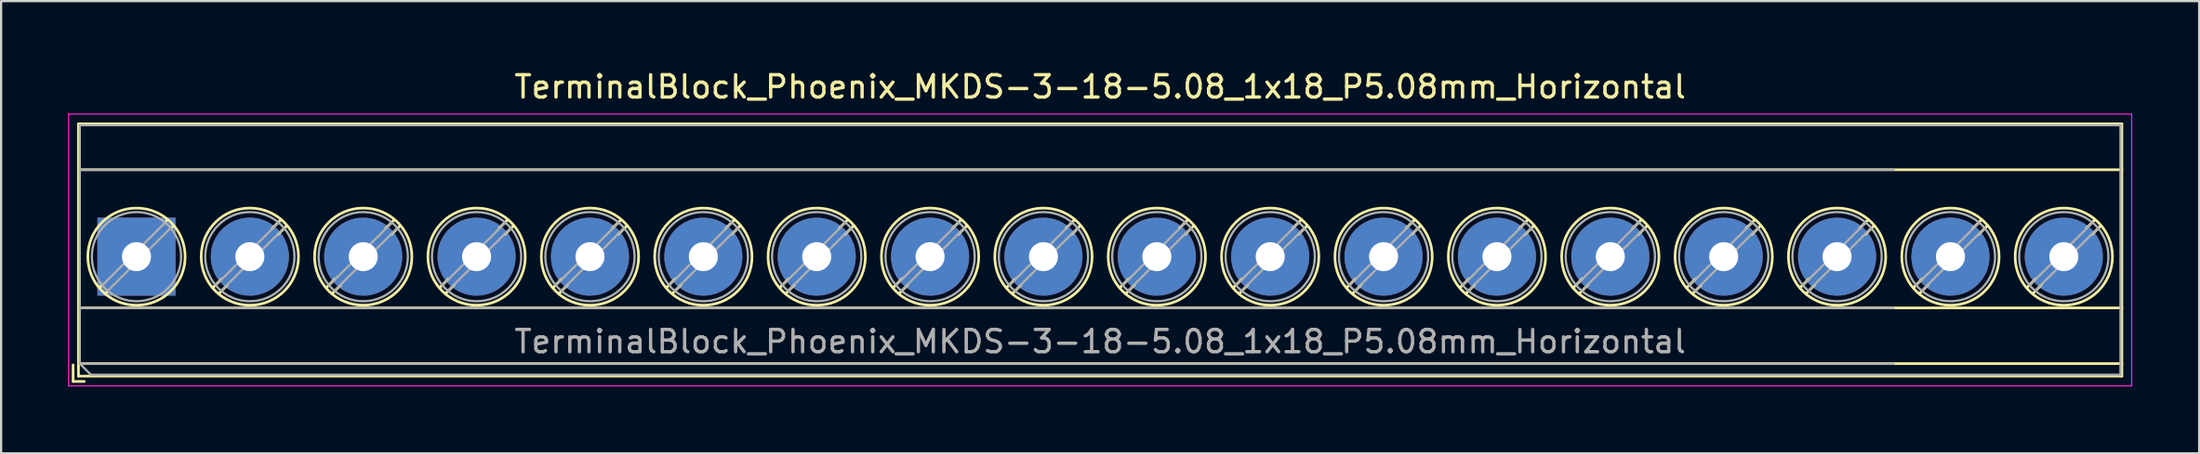
<source format=kicad_pcb>
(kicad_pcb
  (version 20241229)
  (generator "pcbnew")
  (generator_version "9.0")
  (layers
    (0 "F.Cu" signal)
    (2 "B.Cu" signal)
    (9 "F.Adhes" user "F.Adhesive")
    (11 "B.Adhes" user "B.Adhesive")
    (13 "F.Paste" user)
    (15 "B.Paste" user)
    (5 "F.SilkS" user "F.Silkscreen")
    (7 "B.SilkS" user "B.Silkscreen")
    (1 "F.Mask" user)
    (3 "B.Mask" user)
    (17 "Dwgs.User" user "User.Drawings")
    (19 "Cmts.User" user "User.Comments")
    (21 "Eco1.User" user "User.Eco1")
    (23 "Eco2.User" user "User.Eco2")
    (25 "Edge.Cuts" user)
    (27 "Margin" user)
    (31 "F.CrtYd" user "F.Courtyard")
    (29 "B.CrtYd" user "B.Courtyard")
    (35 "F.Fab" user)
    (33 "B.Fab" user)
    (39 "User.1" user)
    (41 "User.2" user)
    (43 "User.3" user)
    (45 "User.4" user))
  (footprint "TerminalBlock_Phoenix_MKDS-3-18-5.08_1x18_P5.08mm_Horizontal"
    (layer "F.Cu")
    (at 3.065 8.468)
    (property "Reference" "TerminalBlock_Phoenix_MKDS-3-18-5.08_1x18_P5.08mm_Horizontal" (at 43.18 -7.62 0) (layer "F.SilkS") (effects (font (size 1 1) (thickness 0.15))))
    (attr through_hole)
    (fp_line (start -2.84 4.86) (end -2.84 5.6) (stroke (width 0.12) (type solid)) (layer "F.SilkS"))
    (fp_line (start -2.84 5.6) (end -2.34 5.6) (stroke (width 0.12) (type solid)) (layer "F.SilkS"))
    (fp_line (start -2.6 -5.96) (end -2.6 5.36) (stroke (width 0.12) (type solid)) (layer "F.SilkS"))
    (fp_line (start -2.6 -5.96) (end 88.96 -5.96) (stroke (width 0.12) (type solid)) (layer "F.SilkS"))
    (fp_line (start -2.6 -3.9) (end 88.96 -3.9) (stroke (width 0.12) (type solid)) (layer "F.SilkS"))
    (fp_line (start -2.6 2.3) (end 88.96 2.3) (stroke (width 0.12) (type solid)) (layer "F.SilkS"))
    (fp_line (start -2.6 4.8) (end 88.96 4.8) (stroke (width 0.12) (type solid)) (layer "F.SilkS"))
    (fp_line (start -2.6 5.36) (end 88.96 5.36) (stroke (width 0.12) (type solid)) (layer "F.SilkS"))
    (fp_line (start -1.548 1.281) (end -1.654 1.388) (stroke (width 0.12) (type solid)) (layer "F.SilkS"))
    (fp_line (start -1.282 1.547) (end -1.388 1.654) (stroke (width 0.12) (type solid)) (layer "F.SilkS"))
    (fp_line (start 1.388 -1.654) (end 1.281 -1.547) (stroke (width 0.12) (type solid)) (layer "F.SilkS"))
    (fp_line (start 1.654 -1.388) (end 1.547 -1.281) (stroke (width 0.12) (type solid)) (layer "F.SilkS"))
    (fp_line (start 3.822 0.992) (end 3.427 1.388) (stroke (width 0.12) (type solid)) (layer "F.SilkS"))
    (fp_line (start 4.073 1.274) (end 3.693 1.654) (stroke (width 0.12) (type solid)) (layer "F.SilkS"))
    (fp_line (start 6.468 -1.654) (end 6.088 -1.274) (stroke (width 0.12) (type solid)) (layer "F.SilkS"))
    (fp_line (start 6.734 -1.388) (end 6.339 -0.992) (stroke (width 0.12) (type solid)) (layer "F.SilkS"))
    (fp_line (start 8.902 0.992) (end 8.507 1.388) (stroke (width 0.12) (type solid)) (layer "F.SilkS"))
    (fp_line (start 9.153 1.274) (end 8.773 1.654) (stroke (width 0.12) (type solid)) (layer "F.SilkS"))
    (fp_line (start 11.548 -1.654) (end 11.168 -1.274) (stroke (width 0.12) (type solid)) (layer "F.SilkS"))
    (fp_line (start 11.814 -1.388) (end 11.419 -0.992) (stroke (width 0.12) (type solid)) (layer "F.SilkS"))
    (fp_line (start 13.982 0.992) (end 13.587 1.388) (stroke (width 0.12) (type solid)) (layer "F.SilkS"))
    (fp_line (start 14.233 1.274) (end 13.853 1.654) (stroke (width 0.12) (type solid)) (layer "F.SilkS"))
    (fp_line (start 16.628 -1.654) (end 16.248 -1.274) (stroke (width 0.12) (type solid)) (layer "F.SilkS"))
    (fp_line (start 16.894 -1.388) (end 16.499 -0.992) (stroke (width 0.12) (type solid)) (layer "F.SilkS"))
    (fp_line (start 19.062 0.992) (end 18.667 1.388) (stroke (width 0.12) (type solid)) (layer "F.SilkS"))
    (fp_line (start 19.313 1.274) (end 18.933 1.654) (stroke (width 0.12) (type solid)) (layer "F.SilkS"))
    (fp_line (start 21.708 -1.654) (end 21.328 -1.274) (stroke (width 0.12) (type solid)) (layer "F.SilkS"))
    (fp_line (start 21.974 -1.388) (end 21.579 -0.992) (stroke (width 0.12) (type solid)) (layer "F.SilkS"))
    (fp_line (start 24.142 0.992) (end 23.747 1.388) (stroke (width 0.12) (type solid)) (layer "F.SilkS"))
    (fp_line (start 24.393 1.274) (end 24.013 1.654) (stroke (width 0.12) (type solid)) (layer "F.SilkS"))
    (fp_line (start 26.788 -1.654) (end 26.408 -1.274) (stroke (width 0.12) (type solid)) (layer "F.SilkS"))
    (fp_line (start 27.054 -1.388) (end 26.659 -0.992) (stroke (width 0.12) (type solid)) (layer "F.SilkS"))
    (fp_line (start 29.222 0.992) (end 28.827 1.388) (stroke (width 0.12) (type solid)) (layer "F.SilkS"))
    (fp_line (start 29.473 1.274) (end 29.093 1.654) (stroke (width 0.12) (type solid)) (layer "F.SilkS"))
    (fp_line (start 31.868 -1.654) (end 31.488 -1.274) (stroke (width 0.12) (type solid)) (layer "F.SilkS"))
    (fp_line (start 32.134 -1.388) (end 31.739 -0.992) (stroke (width 0.12) (type solid)) (layer "F.SilkS"))
    (fp_line (start 34.302 0.992) (end 33.907 1.388) (stroke (width 0.12) (type solid)) (layer "F.SilkS"))
    (fp_line (start 34.553 1.274) (end 34.173 1.654) (stroke (width 0.12) (type solid)) (layer "F.SilkS"))
    (fp_line (start 36.948 -1.654) (end 36.568 -1.274) (stroke (width 0.12) (type solid)) (layer "F.SilkS"))
    (fp_line (start 37.214 -1.388) (end 36.819 -0.992) (stroke (width 0.12) (type solid)) (layer "F.SilkS"))
    (fp_line (start 39.382 0.992) (end 38.987 1.388) (stroke (width 0.12) (type solid)) (layer "F.SilkS"))
    (fp_line (start 39.633 1.274) (end 39.253 1.654) (stroke (width 0.12) (type solid)) (layer "F.SilkS"))
    (fp_line (start 42.028 -1.654) (end 41.648 -1.274) (stroke (width 0.12) (type solid)) (layer "F.SilkS"))
    (fp_line (start 42.294 -1.388) (end 41.899 -0.992) (stroke (width 0.12) (type solid)) (layer "F.SilkS"))
    (fp_line (start 44.462 0.992) (end 44.067 1.388) (stroke (width 0.12) (type solid)) (layer "F.SilkS"))
    (fp_line (start 44.713 1.274) (end 44.333 1.654) (stroke (width 0.12) (type solid)) (layer "F.SilkS"))
    (fp_line (start 47.108 -1.654) (end 46.728 -1.274) (stroke (width 0.12) (type solid)) (layer "F.SilkS"))
    (fp_line (start 47.374 -1.388) (end 46.979 -0.992) (stroke (width 0.12) (type solid)) (layer "F.SilkS"))
    (fp_line (start 49.542 0.992) (end 49.147 1.388) (stroke (width 0.12) (type solid)) (layer "F.SilkS"))
    (fp_line (start 49.793 1.274) (end 49.413 1.654) (stroke (width 0.12) (type solid)) (layer "F.SilkS"))
    (fp_line (start 52.188 -1.654) (end 51.808 -1.274) (stroke (width 0.12) (type solid)) (layer "F.SilkS"))
    (fp_line (start 52.454 -1.388) (end 52.059 -0.992) (stroke (width 0.12) (type solid)) (layer "F.SilkS"))
    (fp_line (start 54.622 0.992) (end 54.227 1.388) (stroke (width 0.12) (type solid)) (layer "F.SilkS"))
    (fp_line (start 54.873 1.274) (end 54.493 1.654) (stroke (width 0.12) (type solid)) (layer "F.SilkS"))
    (fp_line (start 57.268 -1.654) (end 56.888 -1.274) (stroke (width 0.12) (type solid)) (layer "F.SilkS"))
    (fp_line (start 57.534 -1.388) (end 57.139 -0.992) (stroke (width 0.12) (type solid)) (layer "F.SilkS"))
    (fp_line (start 59.702 0.992) (end 59.307 1.388) (stroke (width 0.12) (type solid)) (layer "F.SilkS"))
    (fp_line (start 59.953 1.274) (end 59.573 1.654) (stroke (width 0.12) (type solid)) (layer "F.SilkS"))
    (fp_line (start 62.348 -1.654) (end 61.968 -1.274) (stroke (width 0.12) (type solid)) (layer "F.SilkS"))
    (fp_line (start 62.614 -1.388) (end 62.219 -0.992) (stroke (width 0.12) (type solid)) (layer "F.SilkS"))
    (fp_line (start 64.782 0.992) (end 64.387 1.388) (stroke (width 0.12) (type solid)) (layer "F.SilkS"))
    (fp_line (start 65.033 1.274) (end 64.653 1.654) (stroke (width 0.12) (type solid)) (layer "F.SilkS"))
    (fp_line (start 67.428 -1.654) (end 67.048 -1.274) (stroke (width 0.12) (type solid)) (layer "F.SilkS"))
    (fp_line (start 67.694 -1.388) (end 67.299 -0.992) (stroke (width 0.12) (type solid)) (layer "F.SilkS"))
    (fp_line (start 69.862 0.992) (end 69.467 1.388) (stroke (width 0.12) (type solid)) (layer "F.SilkS"))
    (fp_line (start 70.113 1.274) (end 69.733 1.654) (stroke (width 0.12) (type solid)) (layer "F.SilkS"))
    (fp_line (start 72.508 -1.654) (end 72.128 -1.274) (stroke (width 0.12) (type solid)) (layer "F.SilkS"))
    (fp_line (start 72.774 -1.388) (end 72.379 -0.992) (stroke (width 0.12) (type solid)) (layer "F.SilkS"))
    (fp_line (start 74.942 0.992) (end 74.547 1.388) (stroke (width 0.12) (type solid)) (layer "F.SilkS"))
    (fp_line (start 75.193 1.274) (end 74.813 1.654) (stroke (width 0.12) (type solid)) (layer "F.SilkS"))
    (fp_line (start 77.588 -1.654) (end 77.208 -1.274) (stroke (width 0.12) (type solid)) (layer "F.SilkS"))
    (fp_line (start 77.854 -1.388) (end 77.459 -0.992) (stroke (width 0.12) (type solid)) (layer "F.SilkS"))
    (fp_line (start 80.022 0.992) (end 79.627 1.388) (stroke (width 0.12) (type solid)) (layer "F.SilkS"))
    (fp_line (start 80.273 1.274) (end 79.893 1.654) (stroke (width 0.12) (type solid)) (layer "F.SilkS"))
    (fp_line (start 82.668 -1.654) (end 82.288 -1.274) (stroke (width 0.12) (type solid)) (layer "F.SilkS"))
    (fp_line (start 82.934 -1.388) (end 82.539 -0.992) (stroke (width 0.12) (type solid)) (layer "F.SilkS"))
    (fp_line (start 85.102 0.992) (end 84.707 1.388) (stroke (width 0.12) (type solid)) (layer "F.SilkS"))
    (fp_line (start 85.353 1.274) (end 84.973 1.654) (stroke (width 0.12) (type solid)) (layer "F.SilkS"))
    (fp_line (start 87.748 -1.654) (end 87.368 -1.274) (stroke (width 0.12) (type solid)) (layer "F.SilkS"))
    (fp_line (start 88.014 -1.388) (end 87.619 -0.992) (stroke (width 0.12) (type solid)) (layer "F.SilkS"))
    (fp_line (start 88.96 -5.96) (end 88.96 5.36) (stroke (width 0.12) (type solid)) (layer "F.SilkS"))
    (fp_circle (center 0 0) (end 2.18 0) (stroke (width 0.12) (type solid)) (fill no) (layer "F.SilkS"))
    (fp_circle (center 5.08 0) (end 7.26 0) (stroke (width 0.12) (type solid)) (fill no) (layer "F.SilkS"))
    (fp_circle (center 10.16 0) (end 12.34 0) (stroke (width 0.12) (type solid)) (fill no) (layer "F.SilkS"))
    (fp_circle (center 15.24 0) (end 17.42 0) (stroke (width 0.12) (type solid)) (fill no) (layer "F.SilkS"))
    (fp_circle (center 20.32 0) (end 22.5 0) (stroke (width 0.12) (type solid)) (fill no) (layer "F.SilkS"))
    (fp_circle (center 25.4 0) (end 27.58 0) (stroke (width 0.12) (type solid)) (fill no) (layer "F.SilkS"))
    (fp_circle (center 30.48 0) (end 32.66 0) (stroke (width 0.12) (type solid)) (fill no) (layer "F.SilkS"))
    (fp_circle (center 35.56 0) (end 37.74 0) (stroke (width 0.12) (type solid)) (fill no) (layer "F.SilkS"))
    (fp_circle (center 40.64 0) (end 42.82 0) (stroke (width 0.12) (type solid)) (fill no) (layer "F.SilkS"))
    (fp_circle (center 45.72 0) (end 47.9 0) (stroke (width 0.12) (type solid)) (fill no) (layer "F.SilkS"))
    (fp_circle (center 50.8 0) (end 52.98 0) (stroke (width 0.12) (type solid)) (fill no) (layer "F.SilkS"))
    (fp_circle (center 55.88 0) (end 58.06 0) (stroke (width 0.12) (type solid)) (fill no) (layer "F.SilkS"))
    (fp_circle (center 60.96 0) (end 63.14 0) (stroke (width 0.12) (type solid)) (fill no) (layer "F.SilkS"))
    (fp_circle (center 66.04 0) (end 68.22 0) (stroke (width 0.12) (type solid)) (fill no) (layer "F.SilkS"))
    (fp_circle (center 71.12 0) (end 73.3 0) (stroke (width 0.12) (type solid)) (fill no) (layer "F.SilkS"))
    (fp_circle (center 76.2 0) (end 78.38 0) (stroke (width 0.12) (type solid)) (fill no) (layer "F.SilkS"))
    (fp_circle (center 81.28 0) (end 83.46 0) (stroke (width 0.12) (type solid)) (fill no) (layer "F.SilkS"))
    (fp_circle (center 86.36 0) (end 88.54 0) (stroke (width 0.12) (type solid)) (fill no) (layer "F.SilkS"))
    (fp_line (start -3.04 -6.4) (end -3.04 5.8) (stroke (width 0.05) (type solid)) (layer "F.CrtYd"))
    (fp_line (start -3.04 5.8) (end 89.4 5.8) (stroke (width 0.05) (type solid)) (layer "F.CrtYd"))
    (fp_line (start 89.4 -6.4) (end -3.04 -6.4) (stroke (width 0.05) (type solid)) (layer "F.CrtYd"))
    (fp_line (start 89.4 5.8) (end 89.4 -6.4) (stroke (width 0.05) (type solid)) (layer "F.CrtYd"))
    (fp_line (start -2.54 -5.9) (end 88.9 -5.9) (stroke (width 0.1) (type solid)) (layer "F.Fab"))
    (fp_line (start -2.54 -3.9) (end 78.74 -3.9) (stroke (width 0.1) (type solid)) (layer "F.Fab"))
    (fp_line (start -2.54 2.3) (end 78.74 2.3) (stroke (width 0.1) (type solid)) (layer "F.Fab"))
    (fp_line (start -2.54 4.8) (end -2.54 -5.9) (stroke (width 0.1) (type solid)) (layer "F.Fab"))
    (fp_line (start -2.54 4.8) (end 78.74 4.8) (stroke (width 0.1) (type solid)) (layer "F.Fab"))
    (fp_line (start -2.04 5.3) (end -2.54 4.8) (stroke (width 0.1) (type solid)) (layer "F.Fab"))
    (fp_line (start 1.273 -1.517) (end -1.517 1.273) (stroke (width 0.1) (type solid)) (layer "F.Fab"))
    (fp_line (start 1.517 -1.273) (end -1.273 1.517) (stroke (width 0.1) (type solid)) (layer "F.Fab"))
    (fp_line (start 6.353 -1.517) (end 3.564 1.273) (stroke (width 0.1) (type solid)) (layer "F.Fab"))
    (fp_line (start 6.597 -1.273) (end 3.808 1.517) (stroke (width 0.1) (type solid)) (layer "F.Fab"))
    (fp_line (start 11.433 -1.517) (end 8.644 1.273) (stroke (width 0.1) (type solid)) (layer "F.Fab"))
    (fp_line (start 11.677 -1.273) (end 8.888 1.517) (stroke (width 0.1) (type solid)) (layer "F.Fab"))
    (fp_line (start 16.513 -1.517) (end 13.724 1.273) (stroke (width 0.1) (type solid)) (layer "F.Fab"))
    (fp_line (start 16.757 -1.273) (end 13.968 1.517) (stroke (width 0.1) (type solid)) (layer "F.Fab"))
    (fp_line (start 21.593 -1.517) (end 18.804 1.273) (stroke (width 0.1) (type solid)) (layer "F.Fab"))
    (fp_line (start 21.837 -1.273) (end 19.048 1.517) (stroke (width 0.1) (type solid)) (layer "F.Fab"))
    (fp_line (start 26.673 -1.517) (end 23.884 1.273) (stroke (width 0.1) (type solid)) (layer "F.Fab"))
    (fp_line (start 26.917 -1.273) (end 24.128 1.517) (stroke (width 0.1) (type solid)) (layer "F.Fab"))
    (fp_line (start 31.753 -1.517) (end 28.964 1.273) (stroke (width 0.1) (type solid)) (layer "F.Fab"))
    (fp_line (start 31.997 -1.273) (end 29.208 1.517) (stroke (width 0.1) (type solid)) (layer "F.Fab"))
    (fp_line (start 36.833 -1.517) (end 34.044 1.273) (stroke (width 0.1) (type solid)) (layer "F.Fab"))
    (fp_line (start 37.077 -1.273) (end 34.288 1.517) (stroke (width 0.1) (type solid)) (layer "F.Fab"))
    (fp_line (start 41.913 -1.517) (end 39.124 1.273) (stroke (width 0.1) (type solid)) (layer "F.Fab"))
    (fp_line (start 42.157 -1.273) (end 39.368 1.517) (stroke (width 0.1) (type solid)) (layer "F.Fab"))
    (fp_line (start 46.993 -1.517) (end 44.204 1.273) (stroke (width 0.1) (type solid)) (layer "F.Fab"))
    (fp_line (start 47.237 -1.273) (end 44.448 1.517) (stroke (width 0.1) (type solid)) (layer "F.Fab"))
    (fp_line (start 52.073 -1.517) (end 49.284 1.273) (stroke (width 0.1) (type solid)) (layer "F.Fab"))
    (fp_line (start 52.317 -1.273) (end 49.528 1.517) (stroke (width 0.1) (type solid)) (layer "F.Fab"))
    (fp_line (start 57.153 -1.517) (end 54.364 1.273) (stroke (width 0.1) (type solid)) (layer "F.Fab"))
    (fp_line (start 57.397 -1.273) (end 54.608 1.517) (stroke (width 0.1) (type solid)) (layer "F.Fab"))
    (fp_line (start 62.233 -1.517) (end 59.444 1.273) (stroke (width 0.1) (type solid)) (layer "F.Fab"))
    (fp_line (start 62.477 -1.273) (end 59.688 1.517) (stroke (width 0.1) (type solid)) (layer "F.Fab"))
    (fp_line (start 67.313 -1.517) (end 64.524 1.273) (stroke (width 0.1) (type solid)) (layer "F.Fab"))
    (fp_line (start 67.557 -1.273) (end 64.768 1.517) (stroke (width 0.1) (type solid)) (layer "F.Fab"))
    (fp_line (start 72.393 -1.517) (end 69.604 1.273) (stroke (width 0.1) (type solid)) (layer "F.Fab"))
    (fp_line (start 72.637 -1.273) (end 69.848 1.517) (stroke (width 0.1) (type solid)) (layer "F.Fab"))
    (fp_line (start 77.473 -1.517) (end 74.684 1.273) (stroke (width 0.1) (type solid)) (layer "F.Fab"))
    (fp_line (start 77.717 -1.273) (end 74.928 1.517) (stroke (width 0.1) (type solid)) (layer "F.Fab"))
    (fp_line (start 82.553 -1.517) (end 79.764 1.273) (stroke (width 0.1) (type solid)) (layer "F.Fab"))
    (fp_line (start 82.797 -1.273) (end 80.008 1.517) (stroke (width 0.1) (type solid)) (layer "F.Fab"))
    (fp_line (start 87.633 -1.517) (end 84.844 1.273) (stroke (width 0.1) (type solid)) (layer "F.Fab"))
    (fp_line (start 87.877 -1.273) (end 85.088 1.517) (stroke (width 0.1) (type solid)) (layer "F.Fab"))
    (fp_line (start 88.9 -5.9) (end 88.9 5.3) (stroke (width 0.1) (type solid)) (layer "F.Fab"))
    (fp_line (start 88.9 5.3) (end -2.04 5.3) (stroke (width 0.1) (type solid)) (layer "F.Fab"))
    (fp_circle (center 0 0) (end 2 0) (stroke (width 0.1) (type solid)) (fill no) (layer "F.Fab"))
    (fp_circle (center 5.08 0) (end 7.08 0) (stroke (width 0.1) (type solid)) (fill no) (layer "F.Fab"))
    (fp_circle (center 10.16 0) (end 12.16 0) (stroke (width 0.1) (type solid)) (fill no) (layer "F.Fab"))
    (fp_circle (center 15.24 0) (end 17.24 0) (stroke (width 0.1) (type solid)) (fill no) (layer "F.Fab"))
    (fp_circle (center 20.32 0) (end 22.32 0) (stroke (width 0.1) (type solid)) (fill no) (layer "F.Fab"))
    (fp_circle (center 25.4 0) (end 27.4 0) (stroke (width 0.1) (type solid)) (fill no) (layer "F.Fab"))
    (fp_circle (center 30.48 0) (end 32.48 0) (stroke (width 0.1) (type solid)) (fill no) (layer "F.Fab"))
    (fp_circle (center 35.56 0) (end 37.56 0) (stroke (width 0.1) (type solid)) (fill no) (layer "F.Fab"))
    (fp_circle (center 40.64 0) (end 42.64 0) (stroke (width 0.1) (type solid)) (fill no) (layer "F.Fab"))
    (fp_circle (center 45.72 0) (end 47.72 0) (stroke (width 0.1) (type solid)) (fill no) (layer "F.Fab"))
    (fp_circle (center 50.8 0) (end 52.8 0) (stroke (width 0.1) (type solid)) (fill no) (layer "F.Fab"))
    (fp_circle (center 55.88 0) (end 57.88 0) (stroke (width 0.1) (type solid)) (fill no) (layer "F.Fab"))
    (fp_circle (center 60.96 0) (end 62.96 0) (stroke (width 0.1) (type solid)) (fill no) (layer "F.Fab"))
    (fp_circle (center 66.04 0) (end 68.04 0) (stroke (width 0.1) (type solid)) (fill no) (layer "F.Fab"))
    (fp_circle (center 71.12 0) (end 73.12 0) (stroke (width 0.1) (type solid)) (fill no) (layer "F.Fab"))
    (fp_circle (center 76.2 0) (end 78.2 0) (stroke (width 0.1) (type solid)) (fill no) (layer "F.Fab"))
    (fp_circle (center 81.28 0) (end 83.28 0) (stroke (width 0.1) (type solid)) (fill no) (layer "F.Fab"))
    (fp_circle (center 86.36 0) (end 88.36 0) (stroke (width 0.1) (type solid)) (fill no) (layer "F.Fab"))
    (fp_text user "${REFERENCE}" (at 43.18 3.81 0) (layer "F.Fab") (effects (font (size 1 1) (thickness 0.15))))
    (pad "1" thru_hole rect (at 0 0) (size 3.5 3.5) (drill 1.3) (layers "*.Cu" "*.Mask"))
    (pad "2" thru_hole circle (at 5.08 0) (size 3.5 3.5) (drill 1.3) (layers "*.Cu" "*.Mask"))
    (pad "3" thru_hole circle (at 10.16 0) (size 3.5 3.5) (drill 1.3) (layers "*.Cu" "*.Mask"))
    (pad "4" thru_hole circle (at 15.24 0) (size 3.5 3.5) (drill 1.3) (layers "*.Cu" "*.Mask"))
    (pad "5" thru_hole circle (at 20.32 0) (size 3.5 3.5) (drill 1.3) (layers "*.Cu" "*.Mask"))
    (pad "6" thru_hole circle (at 25.4 0) (size 3.5 3.5) (drill 1.3) (layers "*.Cu" "*.Mask"))
    (pad "7" thru_hole circle (at 30.48 0) (size 3.5 3.5) (drill 1.3) (layers "*.Cu" "*.Mask"))
    (pad "8" thru_hole circle (at 35.56 0) (size 3.5 3.5) (drill 1.3) (layers "*.Cu" "*.Mask"))
    (pad "9" thru_hole circle (at 40.64 0) (size 3.5 3.5) (drill 1.3) (layers "*.Cu" "*.Mask"))
    (pad "10" thru_hole circle (at 45.72 0) (size 3.5 3.5) (drill 1.3) (layers "*.Cu" "*.Mask"))
    (pad "11" thru_hole circle (at 50.8 0) (size 3.5 3.5) (drill 1.3) (layers "*.Cu" "*.Mask"))
    (pad "12" thru_hole circle (at 55.88 0) (size 3.5 3.5) (drill 1.3) (layers "*.Cu" "*.Mask"))
    (pad "13" thru_hole circle (at 60.96 0) (size 3.5 3.5) (drill 1.3) (layers "*.Cu" "*.Mask"))
    (pad "14" thru_hole circle (at 66.04 0) (size 3.5 3.5) (drill 1.3) (layers "*.Cu" "*.Mask"))
    (pad "15" thru_hole circle (at 71.12 0) (size 3.5 3.5) (drill 1.3) (layers "*.Cu" "*.Mask"))
    (pad "16" thru_hole circle (at 76.2 0) (size 3.5 3.5) (drill 1.3) (layers "*.Cu" "*.Mask"))
    (pad "17" thru_hole circle (at 81.28 0) (size 3.5 3.5) (drill 1.3) (layers "*.Cu" "*.Mask"))
    (pad "18" thru_hole circle (at 86.36 0) (size 3.5 3.5) (drill 1.3) (layers "*.Cu" "*.Mask")))
  (gr_rect
    (start -3 -3)
    (end 95.49 17.293)
    (stroke (width 0.1) (type default))
    (fill no)
    (layer "Edge.Cuts")))
</source>
